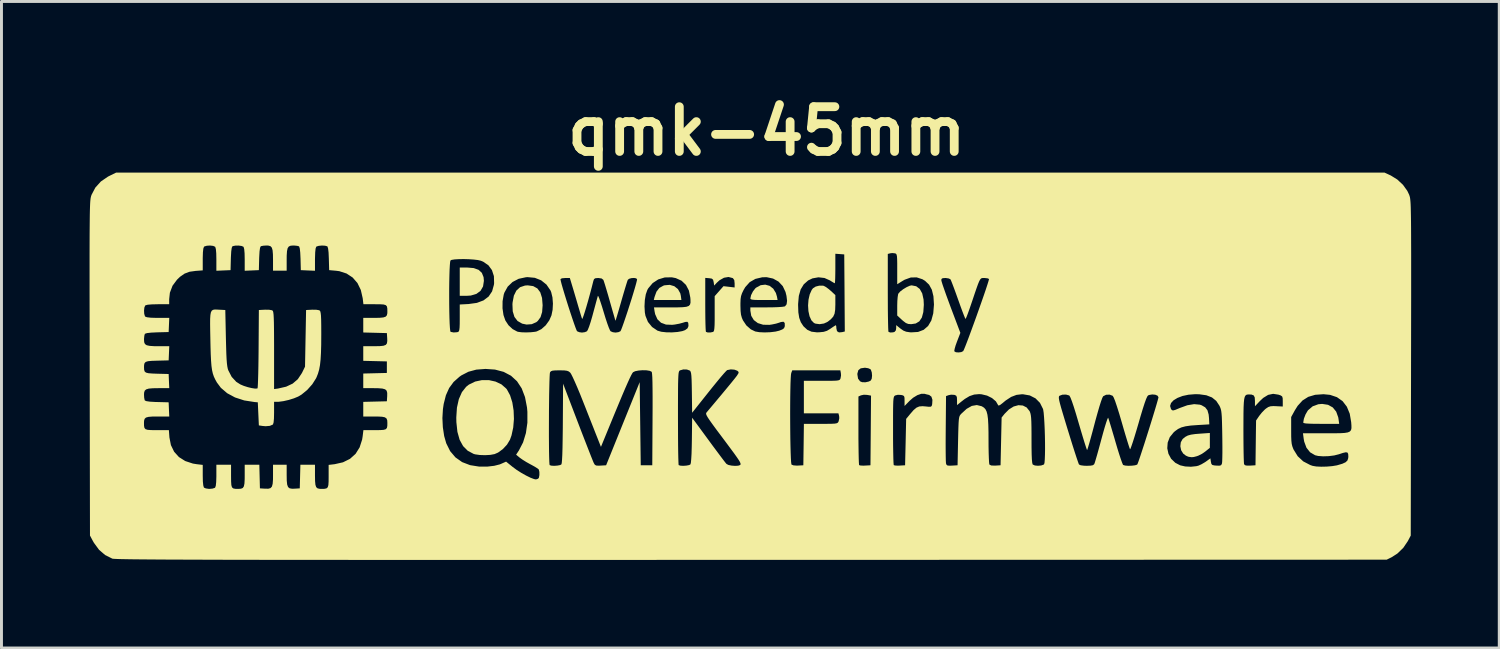
<source format=kicad_pcb>
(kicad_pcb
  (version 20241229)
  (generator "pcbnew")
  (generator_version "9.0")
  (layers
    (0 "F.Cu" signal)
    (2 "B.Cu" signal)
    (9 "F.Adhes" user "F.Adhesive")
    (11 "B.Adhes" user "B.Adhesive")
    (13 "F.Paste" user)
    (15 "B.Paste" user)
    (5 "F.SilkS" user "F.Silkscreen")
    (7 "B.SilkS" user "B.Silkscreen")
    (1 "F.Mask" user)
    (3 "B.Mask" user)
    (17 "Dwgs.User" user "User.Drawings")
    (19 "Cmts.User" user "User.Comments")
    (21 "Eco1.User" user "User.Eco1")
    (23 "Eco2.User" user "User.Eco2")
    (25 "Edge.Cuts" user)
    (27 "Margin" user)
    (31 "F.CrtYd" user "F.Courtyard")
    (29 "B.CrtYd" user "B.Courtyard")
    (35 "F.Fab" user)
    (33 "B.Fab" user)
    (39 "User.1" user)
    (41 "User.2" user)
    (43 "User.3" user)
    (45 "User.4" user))
  (footprint "qmk-45mm"
    (layer "F.Cu")
    (at 22.502 9.418)
    (property "Reference" "qmk-45mm" (at 0.556 -8 0) (layer "F.SilkS") (effects (font (size 1.524 1.524) (thickness 0.3))))
    (attr board_only exclude_from_pos_files exclude_from_bom)
    (fp_poly (pts (xy -2.59 -2.722) (xy -2.466 -2.623) (xy -2.386 -2.479) (xy -2.368 -2.397) (xy -2.348 -2.251) (xy -3.288 -2.251) (xy -3.265 -2.349) (xy -3.198 -2.535) (xy -3.099 -2.663) (xy -2.96 -2.741) (xy -2.921 -2.753) (xy -2.746 -2.768)) (stroke (width 0) (type solid)) (fill yes) (layer "F.SilkS"))
    (fp_poly (pts (xy -9.42 -3.339) (xy -9.254 -3.279) (xy -9.144 -3.177) (xy -9.085 -3.03) (xy -9.074 -2.904) (xy -9.103 -2.713) (xy -9.188 -2.565) (xy -9.328 -2.461) (xy -9.519 -2.404) (xy -9.672 -2.394) (xy -9.896 -2.394) (xy -9.896 -3.358) (xy -9.644 -3.358)) (stroke (width 0) (type solid)) (fill yes) (layer "F.SilkS"))
    (fp_poly (pts (xy 0.654 -2.735) (xy 0.778 -2.639) (xy 0.869 -2.492) (xy 0.906 -2.367) (xy 0.927 -2.251) (xy 0.464 -2.251) (xy 0.271 -2.252) (xy 0.139 -2.256) (xy 0.057 -2.265) (xy 0.014 -2.279) (xy 0.00032 -2.3) (xy 0 -2.305) (xy 0.025 -2.418) (xy 0.087 -2.543) (xy 0.169 -2.649) (xy 0.194 -2.671) (xy 0.35 -2.756) (xy 0.507 -2.775)) (stroke (width 0) (type solid)) (fill yes) (layer "F.SilkS"))
    (fp_poly (pts (xy 19.672 1.317) (xy 19.832 1.406) (xy 19.949 1.549) (xy 20.019 1.744) (xy 20.028 1.799) (xy 20.051 1.965) (xy 19.439 1.965) (xy 19.204 1.964) (xy 19.032 1.959) (xy 18.918 1.952) (xy 18.852 1.94) (xy 18.827 1.924) (xy 18.827 1.92) (xy 18.849 1.792) (xy 18.904 1.647) (xy 18.979 1.518) (xy 18.996 1.497) (xy 19.15 1.367) (xy 19.34 1.298) (xy 19.472 1.286)) (stroke (width 0) (type solid)) (fill yes) (layer "F.SilkS"))
    (fp_poly (pts (xy -7.395 -2.725) (xy -7.253 -2.646) (xy -7.154 -2.513) (xy -7.094 -2.322) (xy -7.074 -2.073) (xy -7.074 -2.071) (xy -7.091 -1.842) (xy -7.145 -1.667) (xy -7.24 -1.538) (xy -7.291 -1.496) (xy -7.444 -1.429) (xy -7.622 -1.416) (xy -7.77 -1.447) (xy -7.927 -1.536) (xy -8.034 -1.676) (xy -8.092 -1.866) (xy -8.102 -2.108) (xy -8.097 -2.169) (xy -8.053 -2.401) (xy -7.968 -2.573) (xy -7.842 -2.688) (xy -7.675 -2.744) (xy -7.581 -2.751)) (stroke (width 0) (type solid)) (fill yes) (layer "F.SilkS"))
    (fp_poly (pts (xy 15.647 2.782) (xy 15.495 2.905) (xy 15.379 2.986) (xy 15.254 3.049) (xy 15.201 3.068) (xy 15.101 3.094) (xy 15.031 3.101) (xy 14.954 3.092) (xy 14.909 3.083) (xy 14.831 3.048) (xy 14.746 2.983) (xy 14.739 2.976) (xy 14.669 2.864) (xy 14.642 2.728) (xy 14.658 2.593) (xy 14.718 2.485) (xy 14.727 2.476) (xy 14.81 2.409) (xy 14.896 2.363) (xy 15.004 2.333) (xy 15.152 2.312) (xy 15.304 2.3) (xy 15.647 2.276)) (stroke (width 0) (type solid)) (fill yes) (layer "F.SilkS"))
    (fp_poly (pts (xy 5.648 -2.72) (xy 5.768 -2.628) (xy 5.852 -2.477) (xy 5.898 -2.268) (xy 5.907 -2.09) (xy 5.89 -1.842) (xy 5.84 -1.655) (xy 5.754 -1.526) (xy 5.631 -1.452) (xy 5.475 -1.429) (xy 5.376 -1.437) (xy 5.295 -1.469) (xy 5.203 -1.539) (xy 5.161 -1.576) (xy 5.001 -1.724) (xy 5.001 -2.061) (xy 5.005 -2.217) (xy 5.016 -2.352) (xy 5.031 -2.445) (xy 5.04 -2.47) (xy 5.101 -2.54) (xy 5.204 -2.619) (xy 5.322 -2.69) (xy 5.432 -2.739) (xy 5.492 -2.751)) (stroke (width 0) (type solid)) (fill yes) (layer "F.SilkS"))
    (fp_poly (pts (xy 2.473 -2.74) (xy 2.503 -2.732) (xy 2.572 -2.695) (xy 2.668 -2.624) (xy 2.738 -2.564) (xy 2.894 -2.42) (xy 2.894 -2.1) (xy 2.888 -1.917) (xy 2.867 -1.785) (xy 2.821 -1.685) (xy 2.742 -1.597) (xy 2.636 -1.513) (xy 2.508 -1.452) (xy 2.359 -1.429) (xy 2.219 -1.447) (xy 2.167 -1.469) (xy 2.079 -1.559) (xy 2.015 -1.699) (xy 1.977 -1.874) (xy 1.965 -2.067) (xy 1.98 -2.262) (xy 2.021 -2.443) (xy 2.089 -2.594) (xy 2.132 -2.651) (xy 2.223 -2.709) (xy 2.348 -2.741)) (stroke (width 0) (type solid)) (fill yes) (layer "F.SilkS"))
    (fp_poly (pts (xy -8.904 0.476) (xy -8.678 0.526) (xy -8.477 0.621) (xy -8.316 0.762) (xy -8.29 0.794) (xy -8.183 0.991) (xy -8.106 1.235) (xy -8.062 1.511) (xy -8.051 1.801) (xy -8.075 2.089) (xy -8.133 2.358) (xy -8.186 2.505) (xy -8.287 2.673) (xy -8.429 2.825) (xy -8.591 2.943) (xy -8.71 2.995) (xy -8.855 3.022) (xy -9.033 3.032) (xy -9.215 3.026) (xy -9.369 3.004) (xy -9.423 2.989) (xy -9.624 2.882) (xy -9.783 2.722) (xy -9.9 2.508) (xy -9.976 2.237) (xy -10.011 1.909) (xy -10.014 1.75) (xy -9.992 1.413) (xy -9.927 1.123) (xy -9.822 0.885) (xy -9.678 0.703) (xy -9.583 0.628) (xy -9.371 0.525) (xy -9.14 0.476)) (stroke (width 0) (type solid)) (fill yes) (layer "F.SilkS"))
    (fp_poly (pts (xy -18.163 -1.926) (xy -18.088 -1.922) (xy -17.88 -1.911) (xy -17.86 -0.965) (xy -17.852 -0.663) (xy -17.845 -0.424) (xy -17.836 -0.238) (xy -17.825 -0.097) (xy -17.812 0.008) (xy -17.796 0.087) (xy -17.779 0.14) (xy -17.663 0.365) (xy -17.508 0.533) (xy -17.367 0.623) (xy -17.249 0.673) (xy -17.113 0.716) (xy -16.979 0.748) (xy -16.866 0.765) (xy -16.794 0.761) (xy -16.782 0.755) (xy -16.776 0.715) (xy -16.77 0.611) (xy -16.764 0.452) (xy -16.758 0.246) (xy -16.753 0.000361) (xy -16.749 -0.276) (xy -16.746 -0.576) (xy -16.746 -0.591) (xy -16.737 -1.911) (xy -16.528 -1.922) (xy -16.395 -1.921) (xy -16.299 -1.905) (xy -16.269 -1.891) (xy -16.256 -1.869) (xy -16.245 -1.825) (xy -16.236 -1.751) (xy -16.23 -1.642) (xy -16.225 -1.49) (xy -16.222 -1.289) (xy -16.22 -1.033) (xy -16.219 -0.715) (xy -16.219 -0.534) (xy -16.219 0.781) (xy -16.085 0.763) (xy -15.809 0.7) (xy -15.586 0.595) (xy -15.41 0.444) (xy -15.275 0.241) (xy -15.265 0.223) (xy -15.165 0.018) (xy -15.129 -1.911) (xy -14.921 -1.922) (xy -14.787 -1.921) (xy -14.691 -1.905) (xy -14.662 -1.891) (xy -14.645 -1.864) (xy -14.632 -1.809) (xy -14.622 -1.719) (xy -14.616 -1.585) (xy -14.613 -1.398) (xy -14.612 -1.151) (xy -14.612 -1.076) (xy -14.614 -0.735) (xy -14.622 -0.454) (xy -14.635 -0.226) (xy -14.655 -0.038) (xy -14.684 0.118) (xy -14.723 0.253) (xy -14.772 0.377) (xy -14.791 0.417) (xy -14.918 0.617) (xy -15.089 0.809) (xy -15.283 0.968) (xy -15.397 1.036) (xy -15.542 1.096) (xy -15.719 1.151) (xy -15.9 1.192) (xy -16.055 1.213) (xy -16.09 1.215) (xy -16.219 1.215) (xy -16.219 1.585) (xy -16.223 1.784) (xy -16.235 1.915) (xy -16.256 1.984) (xy -16.264 1.991) (xy -16.364 2.034) (xy -16.509 2.046) (xy -16.612 2.037) (xy -16.737 2.018) (xy -16.773 1.232) (xy -16.88 1.223) (xy -17.235 1.168) (xy -17.549 1.066) (xy -17.816 0.922) (xy -18.031 0.738) (xy -18.166 0.557) (xy -18.223 0.454) (xy -18.269 0.356) (xy -18.304 0.254) (xy -18.331 0.135) (xy -18.351 -0.008) (xy -18.365 -0.186) (xy -18.376 -0.41) (xy -18.384 -0.688) (xy -18.388 -0.894) (xy -18.394 -1.195) (xy -18.397 -1.431) (xy -18.396 -1.611) (xy -18.387 -1.743) (xy -18.37 -1.832) (xy -18.341 -1.888) (xy -18.298 -1.917) (xy -18.24 -1.928)) (stroke (width 0) (type solid)) (fill yes) (layer "F.SilkS"))
    (fp_poly (pts (xy 21.81 -6.491) (xy 22.03 -6.355) (xy 22.223 -6.175) (xy 22.372 -5.967) (xy 22.434 -5.836) (xy 22.443 -5.81) (xy 22.452 -5.782) (xy 22.46 -5.75) (xy 22.467 -5.71) (xy 22.473 -5.659) (xy 22.479 -5.593) (xy 22.484 -5.509) (xy 22.488 -5.403) (xy 22.491 -5.273) (xy 22.494 -5.114) (xy 22.497 -4.924) (xy 22.499 -4.699) (xy 22.5 -4.436) (xy 22.501 -4.131) (xy 22.502 -3.781) (xy 22.502 -3.382) (xy 22.502 -2.932) (xy 22.502 -2.426) (xy 22.501 -1.862) (xy 22.5 -1.236) (xy 22.499 -0.545) (xy 22.498 0.065) (xy 22.488 5.769) (xy 22.389 5.958) (xy 22.234 6.187) (xy 22.035 6.38) (xy 21.834 6.509) (xy 21.667 6.591) (xy 0.036 6.598) (xy -1.477 6.598) (xy -2.92 6.598) (xy -4.294 6.599) (xy -5.602 6.599) (xy -6.845 6.599) (xy -8.024 6.599) (xy -9.142 6.599) (xy -10.199 6.599) (xy -11.197 6.599) (xy -12.138 6.599) (xy -13.023 6.599) (xy -13.855 6.598) (xy -14.634 6.598) (xy -15.362 6.597) (xy -16.041 6.596) (xy -16.672 6.596) (xy -17.258 6.595) (xy -17.798 6.594) (xy -18.296 6.593) (xy -18.753 6.591) (xy -19.169 6.59) (xy -19.548 6.588) (xy -19.89 6.587) (xy -20.197 6.585) (xy -20.471 6.583) (xy -20.713 6.581) (xy -20.925 6.579) (xy -21.108 6.577) (xy -21.264 6.574) (xy -21.395 6.572) (xy -21.502 6.569) (xy -21.586 6.566) (xy -21.65 6.563) (xy -21.695 6.56) (xy -21.722 6.557) (xy -21.73 6.554) (xy -21.973 6.432) (xy -22.18 6.253) (xy -22.356 6.013) (xy -22.403 5.929) (xy -22.488 5.769) (xy -22.495 1.933) (xy -20.649 1.933) (xy -20.647 2.035) (xy -20.633 2.104) (xy -20.596 2.147) (xy -20.524 2.169) (xy -20.406 2.178) (xy -20.229 2.179) (xy -20.203 2.179) (xy -19.801 2.179) (xy -19.783 2.427) (xy -19.732 2.689) (xy -19.623 2.914) (xy -19.459 3.096) (xy -19.244 3.232) (xy -18.983 3.318) (xy -18.854 3.339) (xy -18.648 3.363) (xy -18.648 3.729) (xy -18.644 3.926) (xy -18.63 4.062) (xy -18.609 4.133) (xy -18.605 4.137) (xy -18.544 4.164) (xy -18.445 4.179) (xy -18.416 4.18) (xy -18.313 4.17) (xy -18.238 4.145) (xy -18.227 4.137) (xy -18.204 4.076) (xy -18.19 3.948) (xy -18.184 3.757) (xy -18.184 3.726) (xy -18.184 3.358) (xy -17.684 3.358) (xy -17.684 3.747) (xy -17.682 3.929) (xy -17.674 4.051) (xy -17.653 4.125) (xy -17.611 4.163) (xy -17.542 4.178) (xy -17.439 4.18) (xy -17.438 4.18) (xy -17.347 4.174) (xy -17.286 4.15) (xy -17.248 4.095) (xy -17.228 3.999) (xy -17.22 3.849) (xy -17.219 3.726) (xy -17.219 3.358) (xy -16.721 3.358) (xy -16.701 4.162) (xy -16.524 4.173) (xy -16.415 4.174) (xy -16.34 4.154) (xy -16.293 4.102) (xy -16.267 4.008) (xy -16.256 3.861) (xy -16.255 3.709) (xy -16.255 3.358) (xy -15.79 3.358) (xy -15.79 3.709) (xy -15.787 3.902) (xy -15.773 4.035) (xy -15.742 4.118) (xy -15.689 4.161) (xy -15.606 4.175) (xy -15.521 4.173) (xy -15.344 4.162) (xy -15.323 3.358) (xy -14.826 3.358) (xy -14.826 3.726) (xy -14.823 3.914) (xy -14.811 4.041) (xy -14.785 4.12) (xy -14.738 4.162) (xy -14.666 4.178) (xy -14.607 4.18) (xy -14.504 4.178) (xy -14.434 4.163) (xy -14.392 4.125) (xy -14.37 4.051) (xy -14.362 3.929) (xy -14.361 3.75) (xy -14.361 3.363) (xy -14.156 3.339) (xy -13.872 3.275) (xy -13.634 3.157) (xy -13.444 2.987) (xy -13.306 2.767) (xy -13.22 2.5) (xy -13.202 2.385) (xy -13.177 2.179) (xy -12.791 2.179) (xy -12.61 2.178) (xy -12.488 2.17) (xy -12.415 2.148) (xy -12.377 2.105) (xy -12.363 2.036) (xy -12.361 1.933) (xy -12.366 1.843) (xy -12.391 1.781) (xy -12.411 1.768) (xy -10.487 1.768) (xy -10.472 2.081) (xy -10.427 2.379) (xy -10.356 2.628) (xy -10.223 2.895) (xy -10.042 3.108) (xy -9.815 3.268) (xy -9.544 3.372) (xy -9.23 3.422) (xy -8.954 3.421) (xy -8.723 3.394) (xy -8.533 3.346) (xy -8.488 3.327) (xy -8.318 3.252) (xy -8.099 3.429) (xy -7.96 3.532) (xy -7.8 3.634) (xy -7.636 3.726) (xy -7.486 3.8) (xy -7.364 3.846) (xy -7.301 3.858) (xy -7.23 3.835) (xy -7.202 3.802) (xy -7.184 3.709) (xy -7.185 3.603) (xy -7.204 3.523) (xy -7.208 3.516) (xy -7.25 3.482) (xy -7.339 3.426) (xy -7.458 3.36) (xy -7.487 3.345) (xy -7.627 3.267) (xy -7.757 3.186) (xy -7.853 3.118) (xy -7.858 3.114) (xy -7.977 3.015) (xy -7.881 2.87) (xy -7.74 2.597) (xy -7.643 2.279) (xy -7.62 2.114) (xy -6.86 2.114) (xy -6.86 2.395) (xy -6.858 2.657) (xy -6.856 2.891) (xy -6.852 3.088) (xy -6.847 3.24) (xy -6.841 3.337) (xy -6.835 3.37) (xy -6.778 3.389) (xy -6.68 3.395) (xy -6.571 3.387) (xy -6.478 3.369) (xy -6.435 3.346) (xy -6.423 3.3) (xy -6.413 3.192) (xy -6.404 3.02) (xy -6.397 2.782) (xy -6.392 2.478) (xy -6.387 2.104) (xy -6.386 1.948) (xy -6.377 0.598) (xy -5.88 1.898) (xy -5.768 2.19) (xy -5.662 2.464) (xy -5.565 2.713) (xy -5.481 2.928) (xy -5.413 3.101) (xy -5.363 3.225) (xy -5.335 3.292) (xy -5.333 3.297) (xy -5.298 3.356) (xy -5.253 3.384) (xy -5.174 3.39) (xy -5.098 3.387) (xy -4.912 3.376) (xy -4.341 1.961) (xy -3.769 0.546) (xy -3.751 1.961) (xy -3.733 3.376) (xy -3.34 3.376) (xy -3.331 1.808) (xy -3.331 1.764) (xy -2.465 1.764) (xy -2.464 2.093) (xy -2.463 2.401) (xy -2.461 2.678) (xy -2.458 2.92) (xy -2.454 3.116) (xy -2.449 3.262) (xy -2.445 3.348) (xy -2.441 3.37) (xy -2.384 3.389) (xy -2.286 3.395) (xy -2.177 3.387) (xy -2.084 3.369) (xy -2.041 3.346) (xy -2.026 3.292) (xy -2.014 3.169) (xy -2.003 2.982) (xy -1.996 2.734) (xy -1.992 2.527) (xy -1.983 1.756) (xy -1.429 2.511) (xy -1.277 2.718) (xy -1.136 2.907) (xy -1.013 3.072) (xy -0.914 3.203) (xy -0.844 3.293) (xy -0.813 3.33) (xy -0.747 3.365) (xy -0.642 3.387) (xy -0.525 3.396) (xy -0.419 3.391) (xy -0.35 3.369) (xy -0.34 3.359) (xy -0.333 3.338) (xy -0.337 3.308) (xy -0.356 3.263) (xy -0.395 3.197) (xy -0.458 3.104) (xy -0.548 2.977) (xy -0.671 2.811) (xy -0.829 2.598) (xy -0.975 2.403) (xy -1.147 2.174) (xy -1.279 1.994) (xy -1.377 1.857) (xy -1.445 1.756) (xy -1.486 1.685) (xy -1.505 1.637) (xy -1.507 1.608) (xy 1.355 1.608) (xy 1.356 1.899) (xy 1.358 2.188) (xy 1.361 2.463) (xy 1.366 2.718) (xy 1.372 2.941) (xy 1.379 3.125) (xy 1.387 3.261) (xy 1.397 3.338) (xy 1.402 3.353) (xy 1.469 3.379) (xy 1.585 3.388) (xy 1.625 3.386) (xy 1.804 3.376) (xy 1.814 2.67) (xy 1.82 2.19) (xy 3.68 2.19) (xy 3.68 2.471) (xy 3.683 2.729) (xy 3.686 2.955) (xy 3.69 3.14) (xy 3.695 3.277) (xy 3.701 3.356) (xy 3.705 3.372) (xy 3.753 3.384) (xy 3.846 3.389) (xy 3.91 3.386) (xy 4.09 3.376) (xy 4.1 2.192) (xy 4.859 2.192) (xy 4.859 2.473) (xy 4.861 2.73) (xy 4.865 2.956) (xy 4.869 3.141) (xy 4.874 3.277) (xy 4.88 3.356) (xy 4.884 3.372) (xy 4.932 3.384) (xy 5.025 3.389) (xy 5.089 3.386) (xy 5.269 3.376) (xy 5.286 2.662) (xy 6.65 2.662) (xy 6.651 2.89) (xy 6.653 3.078) (xy 6.656 3.218) (xy 6.661 3.301) (xy 6.663 3.315) (xy 6.682 3.363) (xy 6.721 3.386) (xy 6.8 3.39) (xy 6.869 3.387) (xy 7.056 3.376) (xy 7.073 2.548) (xy 7.079 2.284) (xy 7.085 2.082) (xy 7.091 1.933) (xy 7.099 1.826) (xy 7.11 1.752) (xy 7.125 1.701) (xy 7.145 1.665) (xy 7.172 1.633) (xy 7.181 1.623) (xy 7.365 1.454) (xy 7.542 1.354) (xy 7.712 1.325) (xy 7.875 1.365) (xy 7.892 1.374) (xy 7.957 1.415) (xy 8.007 1.47) (xy 8.045 1.547) (xy 8.073 1.655) (xy 8.092 1.801) (xy 8.103 1.996) (xy 8.109 2.245) (xy 8.11 2.51) (xy 8.111 2.743) (xy 8.115 2.954) (xy 8.121 3.13) (xy 8.128 3.262) (xy 8.136 3.338) (xy 8.14 3.351) (xy 8.201 3.383) (xy 8.327 3.388) (xy 8.345 3.387) (xy 8.52 3.376) (xy 8.538 2.563) (xy 8.556 1.75) (xy 8.657 1.624) (xy 8.807 1.473) (xy 8.967 1.374) (xy 9.128 1.33) (xy 9.278 1.341) (xy 9.408 1.407) (xy 9.507 1.531) (xy 9.516 1.549) (xy 9.535 1.6) (xy 9.55 1.669) (xy 9.561 1.763) (xy 9.568 1.894) (xy 9.572 2.07) (xy 9.574 2.302) (xy 9.574 2.49) (xy 9.575 2.782) (xy 9.579 3.008) (xy 9.586 3.173) (xy 9.597 3.282) (xy 9.61 3.341) (xy 9.617 3.351) (xy 9.688 3.383) (xy 9.794 3.393) (xy 9.904 3.383) (xy 9.987 3.354) (xy 10.003 3.34) (xy 10.017 3.287) (xy 10.026 3.175) (xy 10.032 3.016) (xy 10.035 2.822) (xy 10.034 2.604) (xy 10.03 2.375) (xy 10.023 2.147) (xy 10.013 1.931) (xy 10.001 1.741) (xy 9.988 1.587) (xy 9.972 1.483) (xy 9.965 1.457) (xy 9.862 1.251) (xy 9.71 1.097) (xy 9.625 1.054) (xy 10.505 1.054) (xy 10.506 1.1) (xy 10.518 1.171) (xy 10.543 1.274) (xy 10.582 1.416) (xy 10.638 1.605) (xy 10.711 1.848) (xy 10.803 2.151) (xy 10.812 2.179) (xy 10.896 2.451) (xy 10.974 2.702) (xy 11.045 2.924) (xy 11.105 3.108) (xy 11.152 3.246) (xy 11.182 3.329) (xy 11.191 3.349) (xy 11.249 3.376) (xy 11.363 3.391) (xy 11.453 3.394) (xy 11.586 3.389) (xy 11.664 3.374) (xy 11.706 3.342) (xy 11.712 3.331) (xy 11.731 3.28) (xy 11.764 3.17) (xy 11.81 3.012) (xy 11.864 2.818) (xy 11.924 2.598) (xy 11.953 2.49) (xy 12.013 2.27) (xy 12.068 2.078) (xy 12.116 1.923) (xy 12.154 1.814) (xy 12.178 1.761) (xy 12.184 1.758) (xy 12.201 1.804) (xy 12.234 1.909) (xy 12.281 2.062) (xy 12.337 2.251) (xy 12.401 2.467) (xy 12.431 2.572) (xy 12.497 2.796) (xy 12.559 2.996) (xy 12.614 3.163) (xy 12.658 3.286) (xy 12.687 3.355) (xy 12.695 3.366) (xy 12.763 3.386) (xy 12.871 3.394) (xy 12.991 3.39) (xy 13.099 3.377) (xy 13.168 3.355) (xy 13.176 3.347) (xy 13.195 3.304) (xy 13.232 3.202) (xy 13.283 3.051) (xy 13.345 2.862) (xy 13.366 2.797) (xy 14.197 2.797) (xy 14.237 2.984) (xy 14.328 3.154) (xy 14.47 3.291) (xy 14.635 3.377) (xy 14.806 3.416) (xy 15.002 3.426) (xy 15.186 3.407) (xy 15.258 3.389) (xy 15.363 3.341) (xy 15.482 3.271) (xy 15.522 3.244) (xy 15.665 3.14) (xy 15.683 3.258) (xy 15.699 3.33) (xy 15.732 3.366) (xy 15.804 3.382) (xy 15.869 3.387) (xy 15.973 3.39) (xy 16.027 3.375) (xy 16.053 3.334) (xy 16.061 3.306) (xy 16.067 3.245) (xy 16.071 3.123) (xy 16.074 2.953) (xy 16.074 2.746) (xy 16.072 2.512) (xy 16.07 2.366) (xy 16.067 2.179) (xy 16.79 2.179) (xy 16.791 2.455) (xy 16.793 2.709) (xy 16.796 2.932) (xy 16.8 3.116) (xy 16.805 3.251) (xy 16.81 3.327) (xy 16.813 3.339) (xy 16.844 3.374) (xy 16.912 3.388) (xy 17.018 3.387) (xy 17.201 3.376) (xy 17.216 2.197) (xy 18.416 2.197) (xy 18.417 2.396) (xy 18.423 2.541) (xy 18.435 2.648) (xy 18.456 2.733) (xy 18.487 2.815) (xy 18.498 2.84) (xy 18.639 3.068) (xy 18.827 3.243) (xy 19.066 3.368) (xy 19.148 3.396) (xy 19.27 3.417) (xy 19.438 3.425) (xy 19.627 3.421) (xy 19.813 3.405) (xy 19.971 3.379) (xy 19.989 3.374) (xy 20.159 3.324) (xy 20.27 3.273) (xy 20.333 3.212) (xy 20.359 3.131) (xy 20.363 3.071) (xy 20.357 2.989) (xy 20.333 2.943) (xy 20.278 2.933) (xy 20.179 2.955) (xy 20.041 3.001) (xy 19.882 3.041) (xy 19.695 3.065) (xy 19.504 3.071) (xy 19.336 3.059) (xy 19.231 3.034) (xy 19.061 2.934) (xy 18.937 2.779) (xy 18.86 2.571) (xy 18.842 2.471) (xy 18.818 2.286) (xy 19.588 2.286) (xy 19.864 2.286) (xy 20.077 2.284) (xy 20.235 2.275) (xy 20.345 2.257) (xy 20.415 2.226) (xy 20.454 2.178) (xy 20.469 2.112) (xy 20.468 2.022) (xy 20.46 1.911) (xy 20.411 1.621) (xy 20.312 1.381) (xy 20.167 1.192) (xy 19.975 1.057) (xy 19.741 0.978) (xy 19.516 0.956) (xy 19.234 0.976) (xy 18.998 1.046) (xy 18.802 1.17) (xy 18.637 1.352) (xy 18.544 1.5) (xy 18.416 1.733) (xy 18.416 2.197) (xy 17.216 2.197) (xy 17.221 1.851) (xy 17.328 1.694) (xy 17.417 1.582) (xy 17.518 1.478) (xy 17.558 1.445) (xy 17.636 1.393) (xy 17.713 1.367) (xy 17.815 1.36) (xy 17.905 1.364) (xy 18.13 1.375) (xy 18.13 1.197) (xy 18.127 1.09) (xy 18.109 1.032) (xy 18.06 0.998) (xy 17.982 0.971) (xy 17.801 0.943) (xy 17.631 0.979) (xy 17.464 1.082) (xy 17.353 1.186) (xy 17.183 1.366) (xy 17.183 1.187) (xy 17.175 1.064) (xy 17.139 0.996) (xy 17.064 0.968) (xy 16.987 0.965) (xy 16.934 0.966) (xy 16.892 0.976) (xy 16.859 1.002) (xy 16.834 1.05) (xy 16.816 1.127) (xy 16.804 1.241) (xy 16.796 1.398) (xy 16.792 1.606) (xy 16.791 1.872) (xy 16.79 2.179) (xy 16.067 2.179) (xy 16.065 2.096) (xy 16.06 1.887) (xy 16.054 1.729) (xy 16.045 1.611) (xy 16.034 1.524) (xy 16.018 1.457) (xy 15.997 1.399) (xy 15.974 1.349) (xy 15.865 1.184) (xy 15.719 1.066) (xy 15.528 0.992) (xy 15.285 0.958) (xy 15.146 0.955) (xy 14.92 0.973) (xy 14.717 1.016) (xy 14.545 1.082) (xy 14.411 1.163) (xy 14.325 1.256) (xy 14.293 1.356) (xy 14.323 1.458) (xy 14.334 1.474) (xy 14.363 1.502) (xy 14.403 1.508) (xy 14.469 1.49) (xy 14.579 1.444) (xy 14.624 1.425) (xy 14.881 1.332) (xy 15.111 1.294) (xy 15.306 1.312) (xy 15.368 1.333) (xy 15.488 1.403) (xy 15.565 1.503) (xy 15.606 1.648) (xy 15.618 1.768) (xy 15.629 1.983) (xy 15.236 2.006) (xy 14.999 2.023) (xy 14.818 2.049) (xy 14.678 2.086) (xy 14.564 2.14) (xy 14.46 2.215) (xy 14.414 2.256) (xy 14.282 2.419) (xy 14.211 2.604) (xy 14.197 2.797) (xy 13.366 2.797) (xy 13.416 2.645) (xy 13.491 2.409) (xy 13.568 2.165) (xy 13.644 1.922) (xy 13.715 1.691) (xy 13.779 1.481) (xy 13.832 1.303) (xy 13.871 1.166) (xy 13.893 1.081) (xy 13.897 1.058) (xy 13.866 1.006) (xy 13.788 0.973) (xy 13.685 0.964) (xy 13.581 0.982) (xy 13.543 0.998) (xy 13.515 1.035) (xy 13.476 1.121) (xy 13.425 1.262) (xy 13.361 1.461) (xy 13.282 1.723) (xy 13.218 1.946) (xy 13.147 2.187) (xy 13.082 2.402) (xy 13.025 2.582) (xy 12.978 2.72) (xy 12.946 2.806) (xy 12.929 2.832) (xy 12.929 2.832) (xy 12.913 2.791) (xy 12.88 2.692) (xy 12.833 2.542) (xy 12.775 2.352) (xy 12.71 2.132) (xy 12.652 1.93) (xy 12.561 1.62) (xy 12.483 1.372) (xy 12.42 1.185) (xy 12.371 1.064) (xy 12.338 1.011) (xy 12.338 1.01) (xy 12.232 0.97) (xy 12.114 0.975) (xy 12.017 1.024) (xy 12.012 1.029) (xy 11.984 1.083) (xy 11.941 1.201) (xy 11.886 1.374) (xy 11.822 1.595) (xy 11.749 1.857) (xy 11.718 1.975) (xy 11.655 2.214) (xy 11.596 2.429) (xy 11.546 2.609) (xy 11.505 2.747) (xy 11.478 2.833) (xy 11.467 2.858) (xy 11.452 2.825) (xy 11.421 2.732) (xy 11.375 2.589) (xy 11.318 2.403) (xy 11.253 2.185) (xy 11.182 1.944) (xy 11.09 1.631) (xy 11.013 1.383) (xy 10.951 1.2) (xy 10.903 1.076) (xy 10.868 1.01) (xy 10.855 0.998) (xy 10.748 0.968) (xy 10.626 0.972) (xy 10.529 1.008) (xy 10.528 1.009) (xy 10.512 1.026) (xy 10.505 1.054) (xy 9.625 1.054) (xy 9.516 0.998) (xy 9.286 0.958) (xy 9.249 0.957) (xy 9.062 0.979) (xy 8.881 1.048) (xy 8.692 1.172) (xy 8.584 1.262) (xy 8.5 1.326) (xy 8.449 1.342) (xy 8.44 1.333) (xy 8.362 1.2) (xy 8.229 1.087) (xy 8.06 1.003) (xy 7.871 0.958) (xy 7.788 0.953) (xy 7.62 0.968) (xy 7.465 1.02) (xy 7.303 1.117) (xy 7.19 1.204) (xy 7.038 1.327) (xy 7.038 1.164) (xy 7.033 1.062) (xy 7.012 1.009) (xy 6.963 0.983) (xy 6.943 0.978) (xy 6.835 0.972) (xy 6.756 0.987) (xy 6.663 1.02) (xy 6.653 2.126) (xy 6.651 2.404) (xy 6.65 2.662) (xy 5.286 2.662) (xy 5.305 1.797) (xy 5.443 1.629) (xy 5.559 1.496) (xy 5.656 1.414) (xy 5.751 1.373) (xy 5.864 1.364) (xy 5.962 1.372) (xy 6.079 1.384) (xy 6.143 1.381) (xy 6.174 1.358) (xy 6.188 1.308) (xy 6.191 1.296) (xy 6.2 1.147) (xy 6.165 1.039) (xy 6.089 0.982) (xy 6.078 0.979) (xy 5.988 0.958) (xy 5.935 0.943) (xy 5.824 0.941) (xy 5.687 0.988) (xy 5.542 1.076) (xy 5.421 1.182) (xy 5.251 1.357) (xy 5.251 1.18) (xy 5.249 1.075) (xy 5.232 1.019) (xy 5.189 0.994) (xy 5.13 0.981) (xy 5.021 0.976) (xy 4.934 0.998) (xy 4.913 1.011) (xy 4.897 1.03) (xy 4.884 1.063) (xy 4.874 1.116) (xy 4.867 1.199) (xy 4.863 1.317) (xy 4.86 1.48) (xy 4.859 1.693) (xy 4.859 1.966) (xy 4.859 2.192) (xy 4.1 2.192) (xy 4.1 2.19) (xy 4.109 1.004) (xy 3.981 0.98) (xy 3.864 0.974) (xy 3.766 0.995) (xy 3.68 1.034) (xy 3.68 2.19) (xy 1.82 2.19) (xy 1.823 1.965) (xy 2.395 1.965) (xy 2.609 1.965) (xy 2.762 1.963) (xy 2.866 1.958) (xy 2.931 1.948) (xy 2.969 1.932) (xy 2.991 1.908) (xy 3.006 1.878) (xy 3.028 1.775) (xy 3.023 1.7) (xy 2.999 1.608) (xy 1.822 1.608) (xy 1.822 0.5) (xy 2.43 0.5) (xy 2.652 0.5) (xy 2.812 0.498) (xy 2.922 0.494) (xy 2.992 0.485) (xy 3.033 0.471) (xy 3.055 0.45) (xy 3.069 0.42) (xy 3.07 0.418) (xy 3.087 0.318) (xy 3.085 0.283) (xy 3.644 0.283) (xy 3.667 0.426) (xy 3.736 0.517) (xy 3.805 0.546) (xy 3.918 0.55) (xy 4.035 0.524) (xy 4.099 0.491) (xy 4.133 0.427) (xy 4.144 0.325) (xy 4.135 0.216) (xy 4.106 0.128) (xy 4.086 0.103) (xy 4.012 0.071) (xy 3.909 0.055) (xy 3.894 0.055) (xy 3.758 0.075) (xy 3.677 0.138) (xy 3.645 0.25) (xy 3.644 0.283) (xy 3.085 0.283) (xy 3.082 0.239) (xy 3.064 0.143) (xy 1.427 0.143) (xy 1.392 0.235) (xy 1.382 0.296) (xy 1.374 0.417) (xy 1.367 0.589) (xy 1.362 0.804) (xy 1.358 1.051) (xy 1.356 1.322) (xy 1.355 1.608) (xy -1.507 1.608) (xy -1.507 1.605) (xy -1.495 1.581) (xy -1.494 1.58) (xy -1.227 1.262) (xy -0.995 0.985) (xy -0.801 0.751) (xy -0.646 0.563) (xy -0.533 0.423) (xy -0.463 0.333) (xy -0.446 0.308) (xy -0.403 0.237) (xy -0.401 0.198) (xy -0.438 0.162) (xy -0.446 0.156) (xy -0.542 0.12) (xy -0.668 0.111) (xy -0.785 0.134) (xy -0.791 0.136) (xy -0.828 0.17) (xy -0.903 0.252) (xy -1.009 0.375) (xy -1.138 0.531) (xy -1.285 0.711) (xy -1.416 0.875) (xy -1.983 1.588) (xy -1.992 0.892) (xy -1.996 0.649) (xy -2.001 0.466) (xy -2.008 0.336) (xy -2.018 0.249) (xy -2.032 0.194) (xy -2.05 0.162) (xy -2.061 0.152) (xy -2.16 0.115) (xy -2.283 0.112) (xy -2.396 0.144) (xy -2.396 0.144) (xy -2.412 0.155) (xy -2.426 0.174) (xy -2.437 0.206) (xy -2.446 0.258) (xy -2.452 0.337) (xy -2.457 0.448) (xy -2.461 0.598) (xy -2.463 0.793) (xy -2.464 1.04) (xy -2.465 1.346) (xy -2.465 1.715) (xy -2.465 1.764) (xy -3.331 1.764) (xy -3.329 1.394) (xy -3.329 1.047) (xy -3.331 0.765) (xy -3.334 0.543) (xy -3.339 0.378) (xy -3.347 0.267) (xy -3.356 0.205) (xy -3.362 0.192) (xy -3.426 0.16) (xy -3.537 0.142) (xy -3.672 0.139) (xy -3.809 0.15) (xy -3.924 0.173) (xy -3.995 0.208) (xy -3.995 0.208) (xy -4.022 0.245) (xy -4.06 0.314) (xy -4.112 0.421) (xy -4.179 0.568) (xy -4.264 0.761) (xy -4.367 1.003) (xy -4.491 1.3) (xy -4.638 1.654) (xy -4.806 2.063) (xy -5.088 2.75) (xy -5.218 2.42) (xy -5.268 2.295) (xy -5.338 2.116) (xy -5.424 1.898) (xy -5.521 1.653) (xy -5.622 1.396) (xy -5.701 1.197) (xy -5.799 0.951) (xy -5.893 0.726) (xy -5.978 0.531) (xy -6.049 0.376) (xy -6.103 0.269) (xy -6.133 0.223) (xy -6.183 0.182) (xy -6.244 0.158) (xy -6.336 0.146) (xy -6.477 0.143) (xy -6.499 0.143) (xy -6.646 0.145) (xy -6.737 0.154) (xy -6.79 0.174) (xy -6.819 0.207) (xy -6.822 0.212) (xy -6.83 0.26) (xy -6.836 0.37) (xy -6.842 0.533) (xy -6.847 0.739) (xy -6.852 0.98) (xy -6.855 1.247) (xy -6.858 1.531) (xy -6.859 1.823) (xy -6.86 2.114) (xy -7.62 2.114) (xy -7.593 1.928) (xy -7.593 1.555) (xy -7.606 1.407) (xy -7.674 1.054) (xy -7.787 0.757) (xy -7.946 0.515) (xy -8.151 0.327) (xy -8.401 0.195) (xy -8.697 0.117) (xy -9.02 0.095) (xy -9.332 0.119) (xy -9.6 0.191) (xy -9.839 0.314) (xy -9.907 0.362) (xy -10.105 0.538) (xy -10.257 0.745) (xy -10.368 0.992) (xy -10.443 1.288) (xy -10.469 1.464) (xy -10.487 1.768) (xy -12.411 1.768) (xy -12.445 1.743) (xy -12.542 1.723) (xy -12.691 1.716) (xy -12.814 1.715) (xy -13.182 1.715) (xy -13.182 1.217) (xy -12.378 1.197) (xy -12.367 1.019) (xy -12.366 0.911) (xy -12.386 0.836) (xy -12.438 0.789) (xy -12.532 0.763) (xy -12.679 0.752) (xy -12.832 0.75) (xy -13.182 0.75) (xy -13.182 0.252) (xy -12.378 0.232) (xy -12.378 -0.161) (xy -13.182 -0.181) (xy -13.182 -0.679) (xy -12.812 -0.679) (xy -12.623 -0.681) (xy -12.495 -0.694) (xy -12.416 -0.723) (xy -12.376 -0.775) (xy -12.364 -0.857) (xy -12.367 -0.953) (xy -12.378 -1.125) (xy -13.182 -1.146) (xy -13.182 -1.643) (xy -12.814 -1.643) (xy -12.627 -1.646) (xy -12.499 -1.658) (xy -12.42 -1.684) (xy -12.378 -1.731) (xy -12.362 -1.803) (xy -12.361 -1.862) (xy -12.363 -1.965) (xy -12.377 -2.035) (xy -12.415 -2.077) (xy -12.489 -2.099) (xy -12.612 -2.107) (xy -12.791 -2.108) (xy -13.177 -2.108) (xy -13.201 -2.313) (xy -13.213 -2.365) (xy -10.256 -2.365) (xy -10.255 -2.11) (xy -10.252 -1.866) (xy -10.247 -1.644) (xy -10.24 -1.452) (xy -10.231 -1.302) (xy -10.22 -1.204) (xy -10.208 -1.167) (xy -10.102 -1.147) (xy -9.986 -1.155) (xy -9.952 -1.165) (xy -9.928 -1.184) (xy -9.912 -1.229) (xy -9.902 -1.31) (xy -9.897 -1.438) (xy -9.896 -1.626) (xy -9.896 -1.643) (xy -9.896 -1.969) (xy -8.44 -1.969) (xy -8.407 -1.739) (xy -8.343 -1.555) (xy -8.236 -1.392) (xy -8.095 -1.261) (xy -7.941 -1.178) (xy -7.911 -1.169) (xy -7.794 -1.153) (xy -7.638 -1.148) (xy -7.473 -1.154) (xy -7.33 -1.17) (xy -7.275 -1.182) (xy -7.117 -1.259) (xy -6.969 -1.39) (xy -6.847 -1.56) (xy -6.773 -1.729) (xy -6.734 -1.919) (xy -6.723 -2.131) (xy -6.739 -2.34) (xy -6.782 -2.519) (xy -6.806 -2.577) (xy -6.944 -2.778) (xy -7.124 -2.922) (xy -7.211 -2.957) (xy -6.466 -2.957) (xy -6.455 -2.898) (xy -6.426 -2.784) (xy -6.381 -2.629) (xy -6.325 -2.442) (xy -6.261 -2.235) (xy -6.193 -2.019) (xy -6.124 -1.807) (xy -6.058 -1.609) (xy -5.999 -1.437) (xy -5.95 -1.301) (xy -5.915 -1.214) (xy -5.9 -1.188) (xy -5.826 -1.156) (xy -5.734 -1.143) (xy -5.635 -1.157) (xy -5.564 -1.188) (xy -5.534 -1.239) (xy -5.49 -1.349) (xy -5.438 -1.507) (xy -5.381 -1.704) (xy -5.359 -1.786) (xy -5.307 -1.978) (xy -5.261 -2.148) (xy -5.224 -2.283) (xy -5.199 -2.37) (xy -5.192 -2.394) (xy -5.177 -2.379) (xy -5.145 -2.305) (xy -5.102 -2.181) (xy -5.049 -2.018) (xy -4.995 -1.84) (xy -4.933 -1.637) (xy -4.874 -1.458) (xy -4.822 -1.315) (xy -4.781 -1.221) (xy -4.76 -1.188) (xy -4.683 -1.155) (xy -4.591 -1.143) (xy -4.493 -1.157) (xy -4.425 -1.188) (xy -4.403 -1.23) (xy -4.364 -1.33) (xy -4.312 -1.476) (xy -4.251 -1.655) (xy -4.183 -1.858) (xy -4.126 -2.036) (xy -3.605 -2.036) (xy -3.593 -1.829) (xy -3.572 -1.714) (xy -3.488 -1.506) (xy -3.347 -1.333) (xy -3.162 -1.208) (xy -3.162 -1.208) (xy -3.035 -1.171) (xy -2.863 -1.152) (xy -2.671 -1.149) (xy -2.481 -1.163) (xy -2.319 -1.192) (xy -2.224 -1.226) (xy -2.14 -1.287) (xy -2.109 -1.361) (xy -2.108 -1.388) (xy -2.115 -1.474) (xy -2.146 -1.51) (xy -2.217 -1.504) (xy -2.299 -1.478) (xy -2.421 -1.445) (xy -2.572 -1.417) (xy -2.661 -1.407) (xy -2.874 -1.415) (xy -3.042 -1.478) (xy -3.165 -1.596) (xy -3.242 -1.769) (xy -3.262 -1.867) (xy -3.282 -2.001) (xy -2.72 -2.001) (xy -2.48 -2.001) (xy -2.302 -2.007) (xy -2.178 -2.021) (xy -2.099 -2.049) (xy -2.055 -2.095) (xy -2.054 -2.098) (xy -1.536 -2.098) (xy -1.535 -1.85) (xy -1.533 -1.626) (xy -1.529 -1.436) (xy -1.524 -1.29) (xy -1.518 -1.197) (xy -1.512 -1.167) (xy -1.454 -1.147) (xy -1.363 -1.146) (xy -1.274 -1.164) (xy -1.271 -1.165) (xy -1.25 -1.182) (xy -1.235 -1.221) (xy -1.225 -1.291) (xy -1.218 -1.403) (xy -1.215 -1.568) (xy -1.215 -1.785) (xy -1.215 -2.057) (xy -0.338 -2.057) (xy -0.333 -1.881) (xy -0.319 -1.753) (xy -0.29 -1.648) (xy -0.253 -1.561) (xy -0.137 -1.387) (xy 0.015 -1.253) (xy 0.167 -1.18) (xy 0.305 -1.156) (xy 0.485 -1.148) (xy 0.679 -1.155) (xy 0.859 -1.177) (xy 0.982 -1.207) (xy 1.09 -1.25) (xy 1.147 -1.292) (xy 1.17 -1.35) (xy 1.173 -1.371) (xy 1.17 -1.47) (xy 1.128 -1.512) (xy 1.041 -1.502) (xy 0.989 -1.483) (xy 0.876 -1.448) (xy 0.733 -1.418) (xy 0.649 -1.406) (xy 0.434 -1.41) (xy 0.254 -1.466) (xy 0.117 -1.569) (xy 0.03 -1.714) (xy 0 -1.89) (xy 0 -2.001) (xy 0.556 -2.001) (xy 0.761 -2.003) (xy 0.94 -2.009) (xy 1.078 -2.019) (xy 1.164 -2.032) (xy 1.181 -2.038) (xy 1.208 -2.072) (xy 1.626 -2.072) (xy 1.634 -1.832) (xy 1.664 -1.645) (xy 1.718 -1.496) (xy 1.802 -1.367) (xy 1.814 -1.352) (xy 1.938 -1.238) (xy 2.082 -1.173) (xy 2.264 -1.151) (xy 2.348 -1.153) (xy 2.496 -1.168) (xy 2.608 -1.203) (xy 2.721 -1.27) (xy 2.733 -1.279) (xy 2.825 -1.342) (xy 2.891 -1.383) (xy 2.913 -1.393) (xy 2.924 -1.362) (xy 2.929 -1.287) (xy 2.929 -1.285) (xy 2.951 -1.19) (xy 3.017 -1.148) (xy 3.126 -1.158) (xy 3.216 -1.18) (xy 3.207 -2.493) (xy 3.207 -2.506) (xy 4.68 -2.506) (xy 4.681 -2.206) (xy 4.682 -1.929) (xy 4.685 -1.683) (xy 4.689 -1.476) (xy 4.693 -1.315) (xy 4.698 -1.21) (xy 4.704 -1.167) (xy 4.704 -1.167) (xy 4.766 -1.145) (xy 4.859 -1.151) (xy 4.909 -1.165) (xy 4.953 -1.216) (xy 4.966 -1.292) (xy 4.966 -1.397) (xy 5.11 -1.28) (xy 5.209 -1.211) (xy 5.306 -1.172) (xy 5.433 -1.153) (xy 5.479 -1.15) (xy 5.71 -1.164) (xy 5.902 -1.237) (xy 6.052 -1.367) (xy 6.162 -1.554) (xy 6.228 -1.797) (xy 6.252 -2.093) (xy 6.252 -2.104) (xy 6.234 -2.381) (xy 6.18 -2.602) (xy 6.086 -2.774) (xy 5.949 -2.904) (xy 5.908 -2.929) (xy 6.502 -2.929) (xy 6.514 -2.876) (xy 6.548 -2.767) (xy 6.602 -2.611) (xy 6.67 -2.418) (xy 6.751 -2.197) (xy 6.826 -1.994) (xy 7.151 -1.133) (xy 7.037 -0.837) (xy 6.988 -0.701) (xy 6.956 -0.588) (xy 6.944 -0.517) (xy 6.947 -0.503) (xy 7 -0.473) (xy 7.09 -0.466) (xy 7.182 -0.478) (xy 7.246 -0.511) (xy 7.248 -0.513) (xy 7.272 -0.56) (xy 7.315 -0.664) (xy 7.374 -0.815) (xy 7.446 -1.005) (xy 7.526 -1.223) (xy 7.613 -1.461) (xy 7.703 -1.709) (xy 7.791 -1.958) (xy 7.876 -2.199) (xy 7.954 -2.423) (xy 8.021 -2.62) (xy 8.074 -2.782) (xy 8.11 -2.898) (xy 8.126 -2.96) (xy 8.126 -2.968) (xy 8.08 -2.989) (xy 7.992 -3) (xy 7.967 -3.001) (xy 7.922 -3.001) (xy 7.886 -2.998) (xy 7.855 -2.983) (xy 7.825 -2.95) (xy 7.792 -2.889) (xy 7.753 -2.795) (xy 7.704 -2.659) (xy 7.64 -2.473) (xy 7.559 -2.231) (xy 7.52 -2.117) (xy 7.459 -1.939) (xy 7.405 -1.789) (xy 7.362 -1.678) (xy 7.334 -1.616) (xy 7.327 -1.608) (xy 7.309 -1.64) (xy 7.272 -1.73) (xy 7.22 -1.866) (xy 7.156 -2.039) (xy 7.085 -2.239) (xy 7.077 -2.26) (xy 7.004 -2.465) (xy 6.937 -2.648) (xy 6.88 -2.799) (xy 6.838 -2.905) (xy 6.815 -2.955) (xy 6.814 -2.956) (xy 6.758 -2.985) (xy 6.664 -3) (xy 6.64 -3.001) (xy 6.549 -2.995) (xy 6.509 -2.969) (xy 6.502 -2.929) (xy 5.908 -2.929) (xy 5.859 -2.959) (xy 5.663 -3.023) (xy 5.461 -3.018) (xy 5.252 -2.942) (xy 5.18 -2.9) (xy 5.001 -2.789) (xy 5.001 -3.304) (xy 5.001 -3.505) (xy 4.998 -3.647) (xy 4.992 -3.739) (xy 4.98 -3.795) (xy 4.962 -3.824) (xy 4.935 -3.839) (xy 4.927 -3.841) (xy 4.833 -3.851) (xy 4.767 -3.843) (xy 4.68 -3.821) (xy 4.68 -2.506) (xy 3.207 -2.506) (xy 3.197 -3.805) (xy 3.045 -3.816) (xy 2.894 -3.827) (xy 2.894 -3.324) (xy 2.892 -3.144) (xy 2.889 -2.993) (xy 2.884 -2.883) (xy 2.878 -2.827) (xy 2.875 -2.822) (xy 2.837 -2.84) (xy 2.761 -2.886) (xy 2.708 -2.92) (xy 2.523 -3.002) (xy 2.318 -3.025) (xy 2.116 -2.989) (xy 1.968 -2.918) (xy 1.818 -2.785) (xy 1.713 -2.612) (xy 1.65 -2.391) (xy 1.626 -2.116) (xy 1.626 -2.072) (xy 1.208 -2.072) (xy 1.234 -2.105) (xy 1.25 -2.226) (xy 1.23 -2.393) (xy 1.197 -2.526) (xy 1.103 -2.725) (xy 0.959 -2.879) (xy 0.774 -2.982) (xy 0.556 -3.029) (xy 0.406 -3.026) (xy 0.171 -2.971) (xy -0.022 -2.86) (xy -0.174 -2.69) (xy -0.232 -2.591) (xy -0.285 -2.481) (xy -0.317 -2.385) (xy -0.333 -2.281) (xy -0.338 -2.142) (xy -0.338 -2.057) (xy -1.215 -2.057) (xy -1.215 -2.383) (xy -1.065 -2.553) (xy -0.915 -2.723) (xy -0.536 -2.679) (xy -0.536 -2.821) (xy -0.548 -2.93) (xy -0.591 -2.991) (xy -0.605 -3) (xy -0.745 -3.036) (xy -0.898 -3.01) (xy -1.051 -2.924) (xy -1.143 -2.84) (xy -1.232 -2.744) (xy -1.25 -2.864) (xy -1.27 -2.943) (xy -1.312 -2.98) (xy -1.401 -2.994) (xy -1.402 -2.994) (xy -1.536 -3.005) (xy -1.536 -2.098) (xy -2.054 -2.098) (xy -2.038 -2.163) (xy -2.039 -2.258) (xy -2.045 -2.336) (xy -2.093 -2.574) (xy -2.193 -2.766) (xy -2.343 -2.909) (xy -2.54 -2.998) (xy -2.676 -3.025) (xy -2.916 -3.02) (xy -3.137 -2.953) (xy -3.327 -2.828) (xy -3.476 -2.651) (xy -3.508 -2.595) (xy -3.561 -2.445) (xy -3.594 -2.25) (xy -3.605 -2.036) (xy -4.126 -2.036) (xy -4.114 -2.072) (xy -4.046 -2.286) (xy -3.984 -2.489) (xy -3.93 -2.67) (xy -3.889 -2.816) (xy -3.864 -2.917) (xy -3.857 -2.956) (xy -3.888 -2.99) (xy -3.961 -3.003) (xy -4.05 -2.997) (xy -4.13 -2.974) (xy -4.174 -2.938) (xy -4.193 -2.886) (xy -4.228 -2.776) (xy -4.275 -2.621) (xy -4.331 -2.432) (xy -4.392 -2.222) (xy -4.396 -2.207) (xy -4.455 -2.002) (xy -4.507 -1.823) (xy -4.55 -1.68) (xy -4.579 -1.585) (xy -4.593 -1.547) (xy -4.594 -1.546) (xy -4.605 -1.581) (xy -4.632 -1.675) (xy -4.673 -1.815) (xy -4.724 -1.993) (xy -4.782 -2.196) (xy -4.787 -2.215) (xy -4.847 -2.425) (xy -4.903 -2.614) (xy -4.95 -2.77) (xy -4.986 -2.882) (xy -5.006 -2.938) (xy -5.007 -2.938) (xy -5.065 -2.985) (xy -5.177 -3.001) (xy -5.181 -3.001) (xy -5.275 -2.994) (xy -5.322 -2.966) (xy -5.346 -2.903) (xy -5.405 -2.67) (xy -5.467 -2.438) (xy -5.528 -2.217) (xy -5.586 -2.016) (xy -5.638 -1.845) (xy -5.681 -1.713) (xy -5.712 -1.63) (xy -5.728 -1.606) (xy -5.729 -1.608) (xy -5.748 -1.663) (xy -5.781 -1.769) (xy -5.823 -1.912) (xy -5.86 -2.036) (xy -5.917 -2.232) (xy -5.979 -2.441) (xy -6.035 -2.63) (xy -6.058 -2.706) (xy -6.147 -3.001) (xy -6.306 -3.001) (xy -6.417 -2.991) (xy -6.465 -2.965) (xy -6.466 -2.957) (xy -7.211 -2.957) (xy -7.34 -3.008) (xy -7.586 -3.031) (xy -7.644 -3.027) (xy -7.89 -2.974) (xy -8.099 -2.865) (xy -8.263 -2.707) (xy -8.376 -2.504) (xy -8.399 -2.434) (xy -8.438 -2.21) (xy -8.44 -1.969) (xy -9.896 -1.969) (xy -9.896 -2.099) (xy -9.595 -2.115) (xy -9.313 -2.154) (xy -9.086 -2.239) (xy -8.913 -2.37) (xy -8.795 -2.546) (xy -8.733 -2.769) (xy -8.726 -2.824) (xy -8.733 -3.065) (xy -8.8 -3.27) (xy -8.922 -3.436) (xy -9.098 -3.556) (xy -9.177 -3.589) (xy -9.279 -3.613) (xy -9.423 -3.63) (xy -9.591 -3.641) (xy -9.766 -3.646) (xy -9.933 -3.643) (xy -10.075 -3.634) (xy -10.174 -3.618) (xy -10.21 -3.601) (xy -10.223 -3.554) (xy -10.233 -3.447) (xy -10.242 -3.29) (xy -10.248 -3.093) (xy -10.253 -2.866) (xy -10.256 -2.62) (xy -10.256 -2.365) (xy -13.213 -2.365) (xy -13.265 -2.593) (xy -13.38 -2.83) (xy -13.544 -3.018) (xy -13.751 -3.154) (xy -13.998 -3.234) (xy -14.107 -3.248) (xy -14.343 -3.269) (xy -14.354 -3.66) (xy -14.363 -3.866) (xy -14.379 -4.004) (xy -14.401 -4.074) (xy -14.407 -4.08) (xy -14.482 -4.101) (xy -14.588 -4.107) (xy -14.695 -4.097) (xy -14.772 -4.074) (xy -14.783 -4.065) (xy -14.805 -4.004) (xy -14.819 -3.874) (xy -14.825 -3.679) (xy -14.826 -3.635) (xy -14.826 -3.248) (xy -15.067 -3.258) (xy -15.308 -3.269) (xy -15.318 -3.66) (xy -15.328 -3.866) (xy -15.343 -4.004) (xy -15.365 -4.074) (xy -15.372 -4.08) (xy -15.433 -4.097) (xy -15.532 -4.107) (xy -15.566 -4.108) (xy -15.655 -4.101) (xy -15.717 -4.074) (xy -15.757 -4.016) (xy -15.779 -3.916) (xy -15.789 -3.763) (xy -15.79 -3.611) (xy -15.79 -3.251) (xy -16.255 -3.251) (xy -16.255 -3.611) (xy -16.258 -3.809) (xy -16.27 -3.947) (xy -16.296 -4.035) (xy -16.341 -4.084) (xy -16.41 -4.105) (xy -16.479 -4.108) (xy -16.584 -4.101) (xy -16.66 -4.086) (xy -16.673 -4.08) (xy -16.697 -4.028) (xy -16.714 -3.906) (xy -16.725 -3.716) (xy -16.727 -3.66) (xy -16.737 -3.269) (xy -17.219 -3.248) (xy -17.219 -3.635) (xy -17.223 -3.842) (xy -17.236 -3.985) (xy -17.257 -4.059) (xy -17.262 -4.065) (xy -17.325 -4.092) (xy -17.428 -4.106) (xy -17.537 -4.104) (xy -17.623 -4.087) (xy -17.638 -4.08) (xy -17.661 -4.028) (xy -17.678 -3.906) (xy -17.689 -3.716) (xy -17.691 -3.66) (xy -17.701 -3.269) (xy -18.184 -3.248) (xy -18.184 -3.635) (xy -18.188 -3.842) (xy -18.201 -3.985) (xy -18.222 -4.059) (xy -18.227 -4.065) (xy -18.295 -4.095) (xy -18.399 -4.107) (xy -18.509 -4.1) (xy -18.591 -4.076) (xy -18.605 -4.065) (xy -18.628 -4.004) (xy -18.642 -3.875) (xy -18.648 -3.681) (xy -18.648 -3.642) (xy -18.648 -3.261) (xy -18.89 -3.243) (xy -19.098 -3.214) (xy -19.266 -3.151) (xy -19.421 -3.043) (xy -19.524 -2.944) (xy -19.677 -2.738) (xy -19.767 -2.5) (xy -19.791 -2.28) (xy -19.791 -2.108) (xy -20.177 -2.108) (xy -20.384 -2.103) (xy -20.525 -2.091) (xy -20.6 -2.07) (xy -20.606 -2.065) (xy -20.636 -1.997) (xy -20.647 -1.892) (xy -20.641 -1.782) (xy -20.616 -1.7) (xy -20.606 -1.686) (xy -20.544 -1.664) (xy -20.415 -1.649) (xy -20.22 -1.643) (xy -20.175 -1.643) (xy -19.788 -1.643) (xy -19.809 -1.161) (xy -20.201 -1.151) (xy -20.407 -1.141) (xy -20.545 -1.125) (xy -20.614 -1.103) (xy -20.62 -1.097) (xy -20.637 -1.036) (xy -20.647 -0.937) (xy -20.648 -0.903) (xy -20.642 -0.814) (xy -20.615 -0.752) (xy -20.557 -0.712) (xy -20.457 -0.69) (xy -20.304 -0.68) (xy -20.149 -0.679) (xy -19.788 -0.679) (xy -19.809 -0.196) (xy -20.201 -0.186) (xy -20.386 -0.18) (xy -20.511 -0.168) (xy -20.589 -0.144) (xy -20.629 -0.104) (xy -20.645 -0.041) (xy -20.648 0.036) (xy -20.644 0.123) (xy -20.625 0.183) (xy -20.58 0.22) (xy -20.497 0.241) (xy -20.364 0.252) (xy -20.201 0.258) (xy -19.809 0.268) (xy -19.799 0.509) (xy -19.788 0.75) (xy -20.149 0.75) (xy -20.348 0.753) (xy -20.487 0.765) (xy -20.575 0.792) (xy -20.624 0.836) (xy -20.645 0.905) (xy -20.648 0.975) (xy -20.642 1.079) (xy -20.626 1.156) (xy -20.62 1.169) (xy -20.568 1.192) (xy -20.446 1.21) (xy -20.257 1.221) (xy -20.201 1.222) (xy -19.809 1.232) (xy -19.799 1.474) (xy -19.788 1.715) (xy -20.175 1.715) (xy -20.368 1.717) (xy -20.499 1.728) (xy -20.582 1.752) (xy -20.627 1.795) (xy -20.646 1.861) (xy -20.649 1.933) (xy -22.495 1.933) (xy -22.498 0.065) (xy -22.499 -0.682) (xy -22.5 -1.361) (xy -22.501 -1.975) (xy -22.502 -2.527) (xy -22.502 -3.022) (xy -22.502 -3.462) (xy -22.502 -3.852) (xy -22.501 -4.193) (xy -22.5 -4.49) (xy -22.498 -4.745) (xy -22.496 -4.963) (xy -22.494 -5.147) (xy -22.491 -5.3) (xy -22.487 -5.425) (xy -22.483 -5.527) (xy -22.478 -5.607) (xy -22.472 -5.67) (xy -22.466 -5.719) (xy -22.458 -5.757) (xy -22.45 -5.788) (xy -22.441 -5.815) (xy -22.434 -5.835) (xy -22.305 -6.08) (xy -22.117 -6.288) (xy -21.876 -6.453) (xy -21.835 -6.474) (xy -21.597 -6.591) (xy 21.595 -6.591)) (stroke (width 0) (type solid)) (fill yes) (layer "F.SilkS")))
  (gr_rect
    (start -3 -3)
    (end 48.004 19.017)
    (stroke (width 0.1) (type default))
    (fill no)
    (layer "Edge.Cuts")))
</source>
